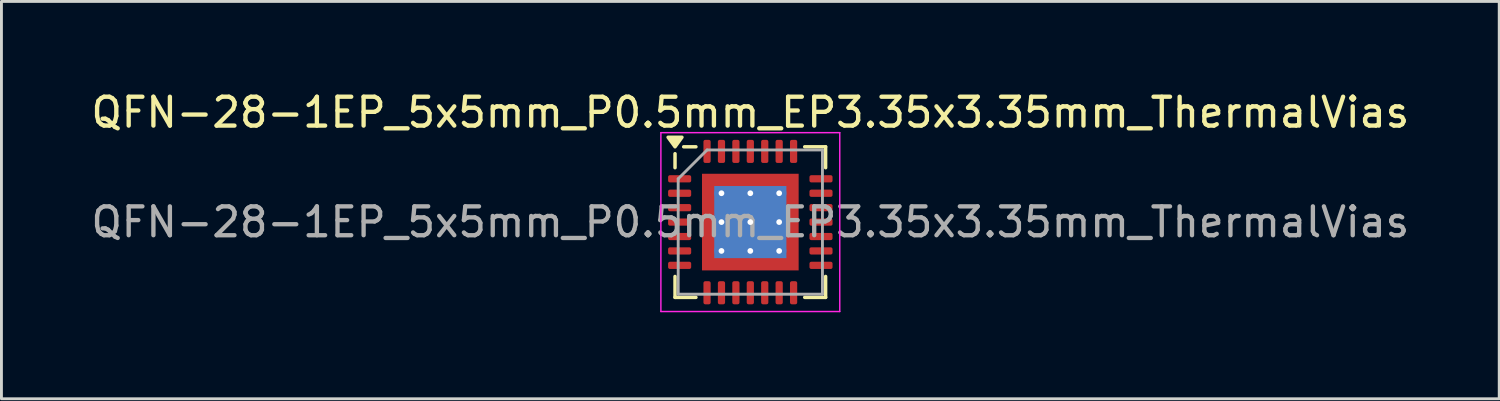
<source format=kicad_pcb>
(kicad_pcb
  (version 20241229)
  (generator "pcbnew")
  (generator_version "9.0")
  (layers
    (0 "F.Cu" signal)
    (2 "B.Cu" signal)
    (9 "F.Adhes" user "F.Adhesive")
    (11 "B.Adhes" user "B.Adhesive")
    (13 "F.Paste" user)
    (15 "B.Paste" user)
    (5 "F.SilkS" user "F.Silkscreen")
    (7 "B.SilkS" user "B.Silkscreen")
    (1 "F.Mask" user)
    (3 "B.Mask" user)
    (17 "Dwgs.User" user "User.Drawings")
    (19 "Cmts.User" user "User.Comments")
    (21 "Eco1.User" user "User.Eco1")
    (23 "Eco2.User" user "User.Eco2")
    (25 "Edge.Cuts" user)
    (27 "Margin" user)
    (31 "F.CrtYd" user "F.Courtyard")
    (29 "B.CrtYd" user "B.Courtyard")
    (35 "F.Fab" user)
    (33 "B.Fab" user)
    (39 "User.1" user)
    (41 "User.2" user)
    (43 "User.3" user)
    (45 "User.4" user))
  (footprint "QFN-28-1EP_5x5mm_P0.5mm_EP3.35x3.35mm_ThermalVias"
    (layer "F.Cu")
    (at 22.958 4.648)
    (property "Reference" "QFN-28-1EP_5x5mm_P0.5mm_EP3.35x3.35mm_ThermalVias" (at 0 -3.8 0) (layer "F.SilkS") (effects (font (size 1 1) (thickness 0.15))))
    (attr smd)
    (fp_line (start -2.61 -1.885) (end -2.61 -2.37) (stroke (width 0.12) (type solid)) (layer "F.SilkS"))
    (fp_line (start -2.61 2.61) (end -2.61 1.885) (stroke (width 0.12) (type solid)) (layer "F.SilkS"))
    (fp_line (start -1.885 -2.61) (end -2.31 -2.61) (stroke (width 0.12) (type solid)) (layer "F.SilkS"))
    (fp_line (start -1.885 2.61) (end -2.61 2.61) (stroke (width 0.12) (type solid)) (layer "F.SilkS"))
    (fp_line (start 1.885 -2.61) (end 2.61 -2.61) (stroke (width 0.12) (type solid)) (layer "F.SilkS"))
    (fp_line (start 1.885 2.61) (end 2.61 2.61) (stroke (width 0.12) (type solid)) (layer "F.SilkS"))
    (fp_line (start 2.61 -2.61) (end 2.61 -1.885) (stroke (width 0.12) (type solid)) (layer "F.SilkS"))
    (fp_line (start 2.61 2.61) (end 2.61 1.885) (stroke (width 0.12) (type solid)) (layer "F.SilkS"))
    (fp_poly (pts (xy -2.61 -2.61) (xy -2.85 -2.94) (xy -2.37 -2.94) (xy -2.61 -2.61)) (stroke (width 0.12) (type solid)) (fill yes) (layer "F.SilkS"))
    (fp_line (start -3.1 -3.1) (end -3.1 3.1) (stroke (width 0.05) (type solid)) (layer "F.CrtYd"))
    (fp_line (start -3.1 3.1) (end 3.1 3.1) (stroke (width 0.05) (type solid)) (layer "F.CrtYd"))
    (fp_line (start 3.1 -3.1) (end -3.1 -3.1) (stroke (width 0.05) (type solid)) (layer "F.CrtYd"))
    (fp_line (start 3.1 3.1) (end 3.1 -3.1) (stroke (width 0.05) (type solid)) (layer "F.CrtYd"))
    (fp_line (start -2.5 -1.5) (end -1.5 -2.5) (stroke (width 0.1) (type solid)) (layer "F.Fab"))
    (fp_line (start -2.5 2.5) (end -2.5 -1.5) (stroke (width 0.1) (type solid)) (layer "F.Fab"))
    (fp_line (start -1.5 -2.5) (end 2.5 -2.5) (stroke (width 0.1) (type solid)) (layer "F.Fab"))
    (fp_line (start 2.5 -2.5) (end 2.5 2.5) (stroke (width 0.1) (type solid)) (layer "F.Fab"))
    (fp_line (start 2.5 2.5) (end -2.5 2.5) (stroke (width 0.1) (type solid)) (layer "F.Fab"))
    (fp_text user "${REFERENCE}" (at 0 0 0) (layer "F.Fab") (effects (font (size 1 1) (thickness 0.15))))
    (pad "" smd custom (at -1.337 -1.337) (size 0.437 0.437) (layers "F.Paste") (options (anchor circle)) (primitives (gr_poly (pts (xy -0.165 -0.165) (xy 0.165 -0.165) (xy 0.165 0.076) (xy 0.076 0.165) (xy -0.165 0.165)) (width 0.215) (fill yes))))
    (pad "" smd custom (at -1.337 -0.5) (size 0.459 0.459) (layers "F.Paste") (options (anchor circle)) (primitives (gr_poly (pts (xy -0.187 -0.318) (xy 0.116 -0.318) (xy 0.187 -0.247) (xy 0.187 0.247) (xy 0.116 0.318) (xy -0.187 0.318)) (width 0.17) (fill yes))))
    (pad "" smd custom (at -1.337 0.5) (size 0.459 0.459) (layers "F.Paste") (options (anchor circle)) (primitives (gr_poly (pts (xy -0.187 -0.318) (xy 0.116 -0.318) (xy 0.187 -0.247) (xy 0.187 0.247) (xy 0.116 0.318) (xy -0.187 0.318)) (width 0.17) (fill yes))))
    (pad "" smd custom (at -1.337 1.337) (size 0.437 0.437) (layers "F.Paste") (options (anchor circle)) (primitives (gr_poly (pts (xy -0.165 -0.165) (xy 0.076 -0.165) (xy 0.165 -0.076) (xy 0.165 0.165) (xy -0.165 0.165)) (width 0.215) (fill yes))))
    (pad "" smd custom (at -0.5 -1.337) (size 0.459 0.459) (layers "F.Paste") (options (anchor circle)) (primitives (gr_poly (pts (xy -0.318 -0.187) (xy 0.318 -0.187) (xy 0.318 0.116) (xy 0.247 0.187) (xy -0.247 0.187) (xy -0.318 0.116)) (width 0.17) (fill yes))))
    (pad "" smd roundrect (at -0.5 -0.5) (size 0.806 0.806) (layers "F.Paste") (roundrect_rratio 0.25))
    (pad "" smd roundrect (at -0.5 0.5) (size 0.806 0.806) (layers "F.Paste") (roundrect_rratio 0.25))
    (pad "" smd custom (at -0.5 1.337) (size 0.459 0.459) (layers "F.Paste") (options (anchor circle)) (primitives (gr_poly (pts (xy -0.318 -0.116) (xy -0.247 -0.187) (xy 0.247 -0.187) (xy 0.318 -0.116) (xy 0.318 0.187) (xy -0.318 0.187)) (width 0.17) (fill yes))))
    (pad "" smd custom (at 0.5 -1.337) (size 0.459 0.459) (layers "F.Paste") (options (anchor circle)) (primitives (gr_poly (pts (xy -0.318 -0.187) (xy 0.318 -0.187) (xy 0.318 0.116) (xy 0.247 0.187) (xy -0.247 0.187) (xy -0.318 0.116)) (width 0.17) (fill yes))))
    (pad "" smd roundrect (at 0.5 -0.5) (size 0.806 0.806) (layers "F.Paste") (roundrect_rratio 0.25))
    (pad "" smd roundrect (at 0.5 0.5) (size 0.806 0.806) (layers "F.Paste") (roundrect_rratio 0.25))
    (pad "" smd custom (at 0.5 1.337) (size 0.459 0.459) (layers "F.Paste") (options (anchor circle)) (primitives (gr_poly (pts (xy -0.318 -0.116) (xy -0.247 -0.187) (xy 0.247 -0.187) (xy 0.318 -0.116) (xy 0.318 0.187) (xy -0.318 0.187)) (width 0.17) (fill yes))))
    (pad "" smd custom (at 1.337 -1.337) (size 0.437 0.437) (layers "F.Paste") (options (anchor circle)) (primitives (gr_poly (pts (xy -0.165 -0.165) (xy 0.165 -0.165) (xy 0.165 0.165) (xy -0.076 0.165) (xy -0.165 0.076)) (width 0.215) (fill yes))))
    (pad "" smd custom (at 1.337 -0.5) (size 0.459 0.459) (layers "F.Paste") (options (anchor circle)) (primitives (gr_poly (pts (xy -0.187 -0.247) (xy -0.116 -0.318) (xy 0.187 -0.318) (xy 0.187 0.318) (xy -0.116 0.318) (xy -0.187 0.247)) (width 0.17) (fill yes))))
    (pad "" smd custom (at 1.337 0.5) (size 0.459 0.459) (layers "F.Paste") (options (anchor circle)) (primitives (gr_poly (pts (xy -0.187 -0.247) (xy -0.116 -0.318) (xy 0.187 -0.318) (xy 0.187 0.318) (xy -0.116 0.318) (xy -0.187 0.247)) (width 0.17) (fill yes))))
    (pad "" smd custom (at 1.337 1.337) (size 0.437 0.437) (layers "F.Paste") (options (anchor circle)) (primitives (gr_poly (pts (xy -0.165 -0.076) (xy -0.076 -0.165) (xy 0.165 -0.165) (xy 0.165 0.165) (xy -0.165 0.165)) (width 0.215) (fill yes))))
    (pad "1" smd roundrect (at -2.45 -1.5) (size 0.8 0.25) (layers "F.Cu" "F.Mask" "F.Paste") (roundrect_rratio 0.25))
    (pad "2" smd roundrect (at -2.45 -1) (size 0.8 0.25) (layers "F.Cu" "F.Mask" "F.Paste") (roundrect_rratio 0.25))
    (pad "3" smd roundrect (at -2.45 -0.5) (size 0.8 0.25) (layers "F.Cu" "F.Mask" "F.Paste") (roundrect_rratio 0.25))
    (pad "4" smd roundrect (at -2.45 0) (size 0.8 0.25) (layers "F.Cu" "F.Mask" "F.Paste") (roundrect_rratio 0.25))
    (pad "5" smd roundrect (at -2.45 0.5) (size 0.8 0.25) (layers "F.Cu" "F.Mask" "F.Paste") (roundrect_rratio 0.25))
    (pad "6" smd roundrect (at -2.45 1) (size 0.8 0.25) (layers "F.Cu" "F.Mask" "F.Paste") (roundrect_rratio 0.25))
    (pad "7" smd roundrect (at -2.45 1.5) (size 0.8 0.25) (layers "F.Cu" "F.Mask" "F.Paste") (roundrect_rratio 0.25))
    (pad "8" smd roundrect (at -1.5 2.45) (size 0.25 0.8) (layers "F.Cu" "F.Mask" "F.Paste") (roundrect_rratio 0.25))
    (pad "9" smd roundrect (at -1 2.45) (size 0.25 0.8) (layers "F.Cu" "F.Mask" "F.Paste") (roundrect_rratio 0.25))
    (pad "10" smd roundrect (at -0.5 2.45) (size 0.25 0.8) (layers "F.Cu" "F.Mask" "F.Paste") (roundrect_rratio 0.25))
    (pad "11" smd roundrect (at 0 2.45) (size 0.25 0.8) (layers "F.Cu" "F.Mask" "F.Paste") (roundrect_rratio 0.25))
    (pad "12" smd roundrect (at 0.5 2.45) (size 0.25 0.8) (layers "F.Cu" "F.Mask" "F.Paste") (roundrect_rratio 0.25))
    (pad "13" smd roundrect (at 1 2.45) (size 0.25 0.8) (layers "F.Cu" "F.Mask" "F.Paste") (roundrect_rratio 0.25))
    (pad "14" smd roundrect (at 1.5 2.45) (size 0.25 0.8) (layers "F.Cu" "F.Mask" "F.Paste") (roundrect_rratio 0.25))
    (pad "15" smd roundrect (at 2.45 1.5) (size 0.8 0.25) (layers "F.Cu" "F.Mask" "F.Paste") (roundrect_rratio 0.25))
    (pad "16" smd roundrect (at 2.45 1) (size 0.8 0.25) (layers "F.Cu" "F.Mask" "F.Paste") (roundrect_rratio 0.25))
    (pad "17" smd roundrect (at 2.45 0.5) (size 0.8 0.25) (layers "F.Cu" "F.Mask" "F.Paste") (roundrect_rratio 0.25))
    (pad "18" smd roundrect (at 2.45 0) (size 0.8 0.25) (layers "F.Cu" "F.Mask" "F.Paste") (roundrect_rratio 0.25))
    (pad "19" smd roundrect (at 2.45 -0.5) (size 0.8 0.25) (layers "F.Cu" "F.Mask" "F.Paste") (roundrect_rratio 0.25))
    (pad "20" smd roundrect (at 2.45 -1) (size 0.8 0.25) (layers "F.Cu" "F.Mask" "F.Paste") (roundrect_rratio 0.25))
    (pad "21" smd roundrect (at 2.45 -1.5) (size 0.8 0.25) (layers "F.Cu" "F.Mask" "F.Paste") (roundrect_rratio 0.25))
    (pad "22" smd roundrect (at 1.5 -2.45) (size 0.25 0.8) (layers "F.Cu" "F.Mask" "F.Paste") (roundrect_rratio 0.25))
    (pad "23" smd roundrect (at 1 -2.45) (size 0.25 0.8) (layers "F.Cu" "F.Mask" "F.Paste") (roundrect_rratio 0.25))
    (pad "24" smd roundrect (at 0.5 -2.45) (size 0.25 0.8) (layers "F.Cu" "F.Mask" "F.Paste") (roundrect_rratio 0.25))
    (pad "25" smd roundrect (at 0 -2.45) (size 0.25 0.8) (layers "F.Cu" "F.Mask" "F.Paste") (roundrect_rratio 0.25))
    (pad "26" smd roundrect (at -0.5 -2.45) (size 0.25 0.8) (layers "F.Cu" "F.Mask" "F.Paste") (roundrect_rratio 0.25))
    (pad "27" smd roundrect (at -1 -2.45) (size 0.25 0.8) (layers "F.Cu" "F.Mask" "F.Paste") (roundrect_rratio 0.25))
    (pad "28" smd roundrect (at -1.5 -2.45) (size 0.25 0.8) (layers "F.Cu" "F.Mask" "F.Paste") (roundrect_rratio 0.25))
    (pad "29" thru_hole circle (at -1 -1) (size 0.5 0.5) (drill 0.2) (property pad_prop_heatsink) (layers "*.Cu"))
    (pad "29" thru_hole circle (at -1 0) (size 0.5 0.5) (drill 0.2) (property pad_prop_heatsink) (layers "*.Cu"))
    (pad "29" thru_hole circle (at -1 1) (size 0.5 0.5) (drill 0.2) (property pad_prop_heatsink) (layers "*.Cu"))
    (pad "29" thru_hole circle (at 0 -1) (size 0.5 0.5) (drill 0.2) (property pad_prop_heatsink) (layers "*.Cu"))
    (pad "29" thru_hole circle (at 0 0) (size 0.5 0.5) (drill 0.2) (property pad_prop_heatsink) (layers "*.Cu"))
    (pad "29" smd rect (at 0 0) (size 2.5 2.5) (property pad_prop_heatsink) (layers "B.Cu"))
    (pad "29" smd rect (at 0 0) (size 3.35 3.35) (property pad_prop_heatsink) (layers "F.Cu" "F.Mask"))
    (pad "29" thru_hole circle (at 0 1) (size 0.5 0.5) (drill 0.2) (property pad_prop_heatsink) (layers "*.Cu"))
    (pad "29" thru_hole circle (at 1 -1) (size 0.5 0.5) (drill 0.2) (property pad_prop_heatsink) (layers "*.Cu"))
    (pad "29" thru_hole circle (at 1 0) (size 0.5 0.5) (drill 0.2) (property pad_prop_heatsink) (layers "*.Cu"))
    (pad "29" thru_hole circle (at 1 1) (size 0.5 0.5) (drill 0.2) (property pad_prop_heatsink) (layers "*.Cu")))
  (gr_rect
    (start -3 -3)
    (end 48.917 10.773)
    (stroke (width 0.1) (type default))
    (fill no)
    (layer "Edge.Cuts")))
</source>
